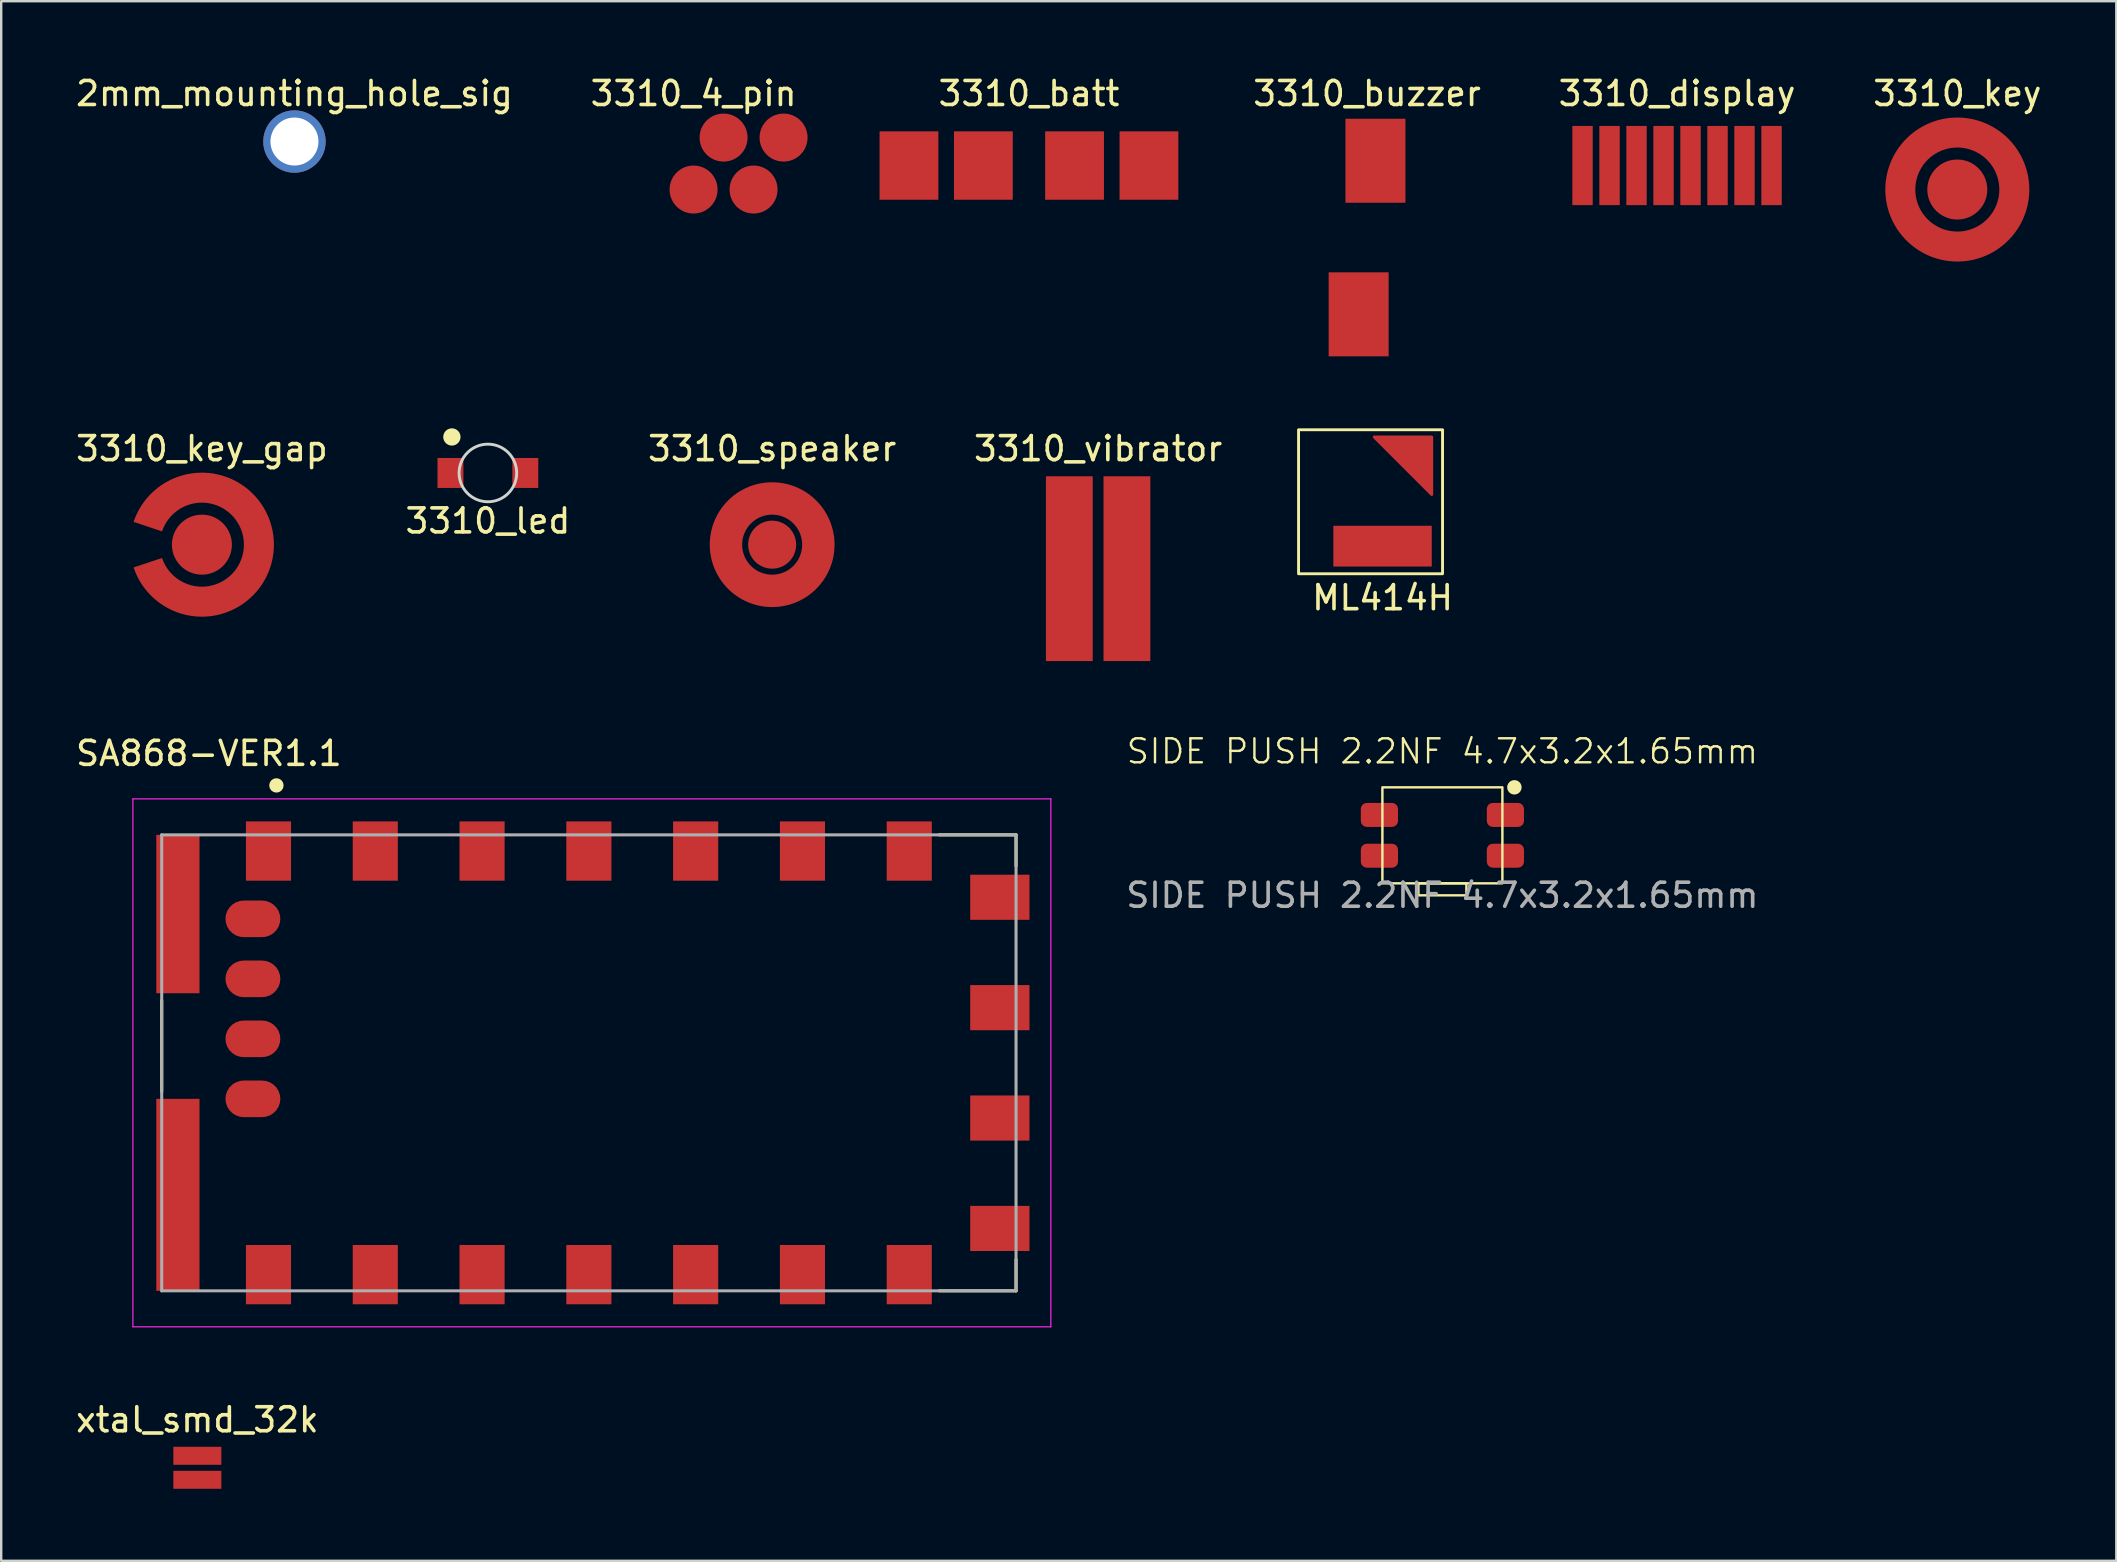
<source format=kicad_pcb>
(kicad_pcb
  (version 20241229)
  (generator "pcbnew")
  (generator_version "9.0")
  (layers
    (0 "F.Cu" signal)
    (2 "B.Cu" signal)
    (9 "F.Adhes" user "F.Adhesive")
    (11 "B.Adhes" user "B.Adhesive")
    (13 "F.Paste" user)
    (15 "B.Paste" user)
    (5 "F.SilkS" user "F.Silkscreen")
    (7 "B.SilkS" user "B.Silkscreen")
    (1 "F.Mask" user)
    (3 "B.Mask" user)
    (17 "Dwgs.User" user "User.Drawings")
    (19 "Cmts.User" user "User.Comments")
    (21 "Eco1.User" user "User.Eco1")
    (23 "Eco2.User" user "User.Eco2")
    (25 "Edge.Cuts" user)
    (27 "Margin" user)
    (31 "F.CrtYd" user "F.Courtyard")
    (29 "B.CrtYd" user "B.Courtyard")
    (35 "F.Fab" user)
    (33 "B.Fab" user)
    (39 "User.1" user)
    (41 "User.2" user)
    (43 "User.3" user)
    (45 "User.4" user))
  (footprint "xtal_smd_32k"
    (layer "F.Cu")
    (at 5.173 58.112)
    (property "Reference" "xtal_smd_32k" (at 0 -2 0) (unlocked yes) (layer "F.SilkS") (effects (font (size 1 1) (thickness 0.15))))
    (attr smd)
    (pad "1" smd rect (at 0 -0.5) (size 2 0.75) (layers "F.Cu" "F.Mask" "F.Paste"))
    (pad "2" smd rect (at 0 0.5) (size 2 0.75) (layers "F.Cu" "F.Mask" "F.Paste")))
  (footprint "3310_key"
    (layer "F.Cu")
    (at 78.51 4.848)
    (property "Reference" "3310_key" (at 0 -4 0) (unlocked yes) (layer "F.SilkS") (effects (font (size 1 1) (thickness 0.15))))
    (attr smd)
    (pad "1" smd circle (at 0 0) (size 2.5 2.5) (layers "F.Cu" "F.Mask"))
    (pad "2" smd custom (at 2.375 0) (size 1 1) (layers "F.Cu" "F.Mask") (options (anchor rect)) (primitives (gr_poly (pts (arc (start -0.625 0) (mid -2.375 1.75) (end -4.125 0)) (arc (start -5.375 0) (mid -2.375 3) (end 0.625 0))) (width 0) (fill yes)) (gr_poly (pts (arc (start 0.625 0) (mid -2.375 -3) (end -5.375 0)) (arc (start -4.125 0) (mid -2.375 -1.75) (end -0.625 0))) (width 0) (fill yes)))))
  (footprint "3310_4_pin"
    (layer "F.Cu")
    (at 25.851 4.848)
    (property "Reference" "3310_4_pin" (at 0 -4 0) (unlocked yes) (layer "F.SilkS") (effects (font (size 1 1) (thickness 0.15))))
    (attr smd)
    (pad "1" smd circle (at 0 0) (size 2 2) (layers "F.Cu" "F.Mask"))
    (pad "2" smd circle (at 2.5 0) (size 2 2) (layers "F.Cu" "F.Mask"))
    (pad "3" smd circle (at 1.25 -2.165) (size 2 2) (layers "F.Cu" "F.Mask"))
    (pad "4" smd circle (at 3.75 -2.165) (size 2 2) (layers "F.Cu" "F.Mask")))
  (footprint "3310_vibrator"
    (layer "F.Cu")
    (at 42.708 20.646)
    (property "Reference" "3310_vibrator" (at 0 -5 0) (unlocked yes) (layer "F.SilkS") (effects (font (size 1 1) (thickness 0.15))))
    (attr smd)
    (pad "1" smd rect (at -1.2 0) (size 1.95 7.7) (layers "F.Cu" "F.Mask"))
    (pad "2" smd rect (at 1.2 0) (size 1.95 7.7) (layers "F.Cu" "F.Mask")))
  (footprint "ML414H"
    (layer "F.Cu")
    (at 54.56 17.858)
    (property "Reference" "ML414H" (at 0 4 0) (unlocked yes) (layer "F.SilkS") (effects (font (size 1 1) (thickness 0.15))))
    (attr smd)
    (fp_rect (start -3.5 -3) (end 2.5 3) (stroke (width 0.12) (type default)) (fill no) (layer "F.SilkS"))
    (pad "1" smd custom (at 1.35 -2.1) (size 1 1) (layers "F.Cu" "F.Mask" "F.Paste") (options (anchor rect)) (primitives (gr_poly (pts (xy 0.7 -0.6) (xy -1.7 -0.6) (xy 0.7 1.8)) (width 0.12) (fill yes))))
    (pad "2" smd rect (at 0 1.85) (size 4.1 1.7) (layers "F.Cu" "F.Mask" "F.Paste")))
  (footprint "2mm_mounting_hole_sig"
    (layer "F.Cu")
    (at 9.22 2.848)
    (property "Reference" "2mm_mounting_hole_sig" (at 0 -2 0) (unlocked yes) (layer "F.SilkS") (effects (font (size 1 1) (thickness 0.15))))
    (attr through_hole)
    (pad "1" thru_hole circle (at 0 0) (size 2.6 2.6) (drill 2) (layers "*.Cu" "*.Mask")))
  (footprint "3310_buzzer"
    (layer "F.Cu")
    (at 53.914 6.848)
    (property "Reference" "3310_buzzer" (at 0 -6 0) (unlocked yes) (layer "F.SilkS") (effects (font (size 1 1) (thickness 0.15))))
    (attr smd)
    (pad "1" smd rect (at -0.35 3.2) (size 2.5 3.5) (layers "F.Cu" "F.Mask"))
    (pad "2" smd rect (at 0.35 -3.2) (size 2.5 3.5) (layers "F.Cu" "F.Mask")))
  (footprint "3310_key_gap"
    (layer "F.Cu")
    (at 5.363 19.646)
    (property "Reference" "3310_key_gap" (at 0 -4 0) (unlocked yes) (layer "F.SilkS") (effects (font (size 1 1) (thickness 0.15))))
    (attr smd)
    (pad "1" smd circle (at 0 0) (size 2.5 2.5) (layers "F.Cu" "F.Mask"))
    (pad "2" smd custom (at 2.375 0) (size 1 1) (layers "F.Cu" "F.Mask") (options (anchor rect)) (primitives (gr_poly (pts (arc (start -5.22105 -0.948683) (mid -1.894453 -2.961262) (end 0.625 0)) (arc (start -0.625 0) (mid -2.094681 -1.727403) (end -4.035196 -0.553399))) (width 0) (fill yes)) (gr_poly (pts (arc (start -5.22105 0.948683) (mid -1.894453 2.961262) (end 0.625 0)) (arc (start -0.625 0) (mid -2.094681 1.727403) (end -4.035196 0.553399))) (width 0) (fill yes)))))
  (footprint "3310_display"
    (layer "F.Cu")
    (at 66.831 3.848)
    (property "Reference" "3310_display" (at 0 -3 0) (unlocked yes) (layer "F.SilkS") (effects (font (size 1 1) (thickness 0.15))))
    (attr smd)
    (pad "1" smd rect (at -3.938 0) (size 0.85 3.3) (layers "F.Cu" "F.Mask"))
    (pad "2" smd rect (at -2.812 0) (size 0.85 3.3) (layers "F.Cu" "F.Mask"))
    (pad "3" smd rect (at -1.688 0) (size 0.85 3.3) (layers "F.Cu" "F.Mask"))
    (pad "4" smd rect (at -0.562 0) (size 0.85 3.3) (layers "F.Cu" "F.Mask"))
    (pad "5" smd rect (at 0.562 0) (size 0.85 3.3) (layers "F.Cu" "F.Mask"))
    (pad "6" smd rect (at 1.688 0) (size 0.85 3.3) (layers "F.Cu" "F.Mask"))
    (pad "7" smd rect (at 2.812 0) (size 0.85 3.3) (layers "F.Cu" "F.Mask"))
    (pad "8" smd rect (at 3.938 0) (size 0.85 3.3) (layers "F.Cu" "F.Mask")))
  (footprint "3310_led"
    (layer "F.Cu")
    (at 17.28 16.658)
    (property "Reference" "3310_led" (at 0 2 0) (unlocked yes) (layer "F.SilkS") (effects (font (size 1 1) (thickness 0.15))))
    (attr smd)
    (fp_circle (center -1.5 -1.5) (end -1.2 -1.5) (stroke (width 0.12) (type solid)) (fill yes) (layer "F.SilkS"))
    (fp_circle (center 0 0) (end 1.2 0) (stroke (width 0.12) (type default)) (fill no) (layer "Edge.Cuts"))
    (pad "1" smd rect (at -1.56 0) (size 1.08 1.25) (layers "F.Cu" "F.Mask" "F.Paste"))
    (pad "2" smd rect (at 1.56 0) (size 1.08 1.25) (layers "F.Cu" "F.Mask" "F.Paste")))
  (footprint "SIDE PUSH 2.2NF 4.7x3.2x1.65mm"
    (layer "F.Cu")
    (at 57.054 31.757)
    (property "Reference" "SIDE PUSH 2.2NF 4.7x3.2x1.65mm" (at 0 -3.5 0) (unlocked yes) (layer "F.SilkS") (effects (font (size 1 1) (thickness 0.1))))
    (attr smd)
    (fp_rect (start -2.5 -2) (end 2.5 2) (stroke (width 0.1) (type default)) (fill no) (layer "F.SilkS"))
    (fp_rect (start -1 2) (end 1 2.5) (stroke (width 0.1) (type default)) (fill no) (layer "F.SilkS"))
    (fp_circle (center 3 -2) (end 3.25 -2) (stroke (width 0.1) (type solid)) (fill yes) (layer "F.SilkS"))
    (fp_text user "${REFERENCE}" (at 0 2.5 0) (unlocked yes) (layer "F.Fab") (effects (font (size 1 1) (thickness 0.15))))
    (pad "1" smd roundrect (at 2.625 -0.85) (size 1.55 1) (layers "F.Cu" "F.Mask" "F.Paste") (roundrect_rratio 0.25))
    (pad "2" smd roundrect (at 2.625 0.85) (size 1.55 1) (layers "F.Cu" "F.Mask" "F.Paste") (roundrect_rratio 0.25))
    (pad "3" smd roundrect (at -2.625 -0.85) (size 1.55 1) (layers "F.Cu" "F.Mask" "F.Paste") (roundrect_rratio 0.25))
    (pad "4" smd roundrect (at -2.625 0.85) (size 1.55 1) (layers "F.Cu" "F.Mask" "F.Paste") (roundrect_rratio 0.25)))
  (footprint "3310_batt"
    (layer "F.Cu")
    (at 39.826 3.848)
    (property "Reference" "3310_batt" (at 0 -3 0) (unlocked yes) (layer "F.SilkS") (effects (font (size 1 1) (thickness 0.15))))
    (attr smd)
    (pad "1" smd rect (at -5 0) (size 2.45 2.85) (layers "F.Cu" "F.Mask"))
    (pad "2" smd rect (at -1.9 0) (size 2.45 2.85) (layers "F.Cu" "F.Mask"))
    (pad "3" smd rect (at 1.9 0) (size 2.45 2.85) (layers "F.Cu" "F.Mask"))
    (pad "4" smd rect (at 5 0) (size 2.45 2.85) (layers "F.Cu" "F.Mask")))
  (footprint "SA868-VER1.1"
    (layer "F.Cu")
    (at 21.488 41.238)
    (property "Reference" "SA868-VER1.1" (at -15.835 -12.893 0) (layer "F.SilkS") (effects (font (size 1.001 1.001) (thickness 0.15))))
    (attr smd)
    (fp_line (start -17.8 -2.6) (end -17.8 1.2) (stroke (width 0.127) (type solid)) (layer "F.SilkS"))
    (fp_line (start 14.6 -9.5) (end 17.8 -9.5) (stroke (width 0.127) (type solid)) (layer "F.SilkS"))
    (fp_line (start 17.8 -9.5) (end 17.8 -8.2) (stroke (width 0.127) (type solid)) (layer "F.SilkS"))
    (fp_line (start 17.8 8.2) (end 17.8 9.5) (stroke (width 0.127) (type solid)) (layer "F.SilkS"))
    (fp_line (start 17.8 9.5) (end 14.6 9.5) (stroke (width 0.127) (type solid)) (layer "F.SilkS"))
    (fp_circle (center -13.02 -11.56) (end -12.87 -11.56) (stroke (width 0.3) (type solid)) (fill no) (layer "F.SilkS"))
    (fp_line (start -19 -11) (end 19.25 -11) (stroke (width 0.05) (type solid)) (layer "F.CrtYd"))
    (fp_line (start -19 11) (end -19 -11) (stroke (width 0.05) (type solid)) (layer "F.CrtYd"))
    (fp_line (start 19.25 -11) (end 19.25 11) (stroke (width 0.05) (type solid)) (layer "F.CrtYd"))
    (fp_line (start 19.25 11) (end -19 11) (stroke (width 0.05) (type solid)) (layer "F.CrtYd"))
    (fp_line (start -17.8 -9.5) (end 17.8 -9.5) (stroke (width 0.127) (type solid)) (layer "F.Fab"))
    (fp_line (start -17.8 9.5) (end -17.8 -9.5) (stroke (width 0.127) (type solid)) (layer "F.Fab"))
    (fp_line (start 17.8 -9.5) (end 17.8 9.5) (stroke (width 0.127) (type solid)) (layer "F.Fab"))
    (fp_line (start 17.8 9.5) (end -17.8 9.5) (stroke (width 0.127) (type solid)) (layer "F.Fab"))
    (pad "1" smd rect (at -13.35 -8.825 90) (size 2.47 1.88) (layers "F.Cu" "F.Mask" "F.Paste"))
    (pad "2" smd rect (at -8.9 -8.825 90) (size 2.47 1.88) (layers "F.Cu" "F.Mask" "F.Paste"))
    (pad "3" smd rect (at -4.45 -8.825 90) (size 2.47 1.88) (layers "F.Cu" "F.Mask" "F.Paste"))
    (pad "4" smd rect (at 0 -8.825 90) (size 2.47 1.88) (layers "F.Cu" "F.Mask" "F.Paste"))
    (pad "5" smd rect (at 4.45 -8.825 90) (size 2.47 1.88) (layers "F.Cu" "F.Mask" "F.Paste"))
    (pad "6" smd rect (at 8.9 -8.825 90) (size 2.47 1.88) (layers "F.Cu" "F.Mask" "F.Paste"))
    (pad "7" smd rect (at 13.35 -8.825 90) (size 2.47 1.88) (layers "F.Cu" "F.Mask" "F.Paste"))
    (pad "8" smd rect (at 17.125 -6.9) (size 2.47 1.88) (layers "F.Cu" "F.Mask" "F.Paste"))
    (pad "9" smd rect (at 17.125 -2.3) (size 2.47 1.88) (layers "F.Cu" "F.Mask" "F.Paste"))
    (pad "10" smd rect (at 17.125 2.3) (size 2.47 1.88) (layers "F.Cu" "F.Mask" "F.Paste"))
    (pad "11" smd rect (at 17.125 6.9) (size 2.47 1.88) (layers "F.Cu" "F.Mask" "F.Paste"))
    (pad "12" smd rect (at 13.35 8.825 270) (size 2.47 1.88) (layers "F.Cu" "F.Mask" "F.Paste"))
    (pad "13" smd rect (at 8.9 8.825 270) (size 2.47 1.88) (layers "F.Cu" "F.Mask" "F.Paste"))
    (pad "14" smd rect (at 4.45 8.825 90) (size 2.47 1.88) (layers "F.Cu" "F.Mask" "F.Paste"))
    (pad "15" smd rect (at 0 8.825 90) (size 2.47 1.88) (layers "F.Cu" "F.Mask" "F.Paste"))
    (pad "16" smd rect (at -4.45 8.825 90) (size 2.47 1.88) (layers "F.Cu" "F.Mask" "F.Paste"))
    (pad "17" smd rect (at -8.9 8.825 90) (size 2.47 1.88) (layers "F.Cu" "F.Mask" "F.Paste"))
    (pad "18" smd rect (at -13.35 8.825 90) (size 2.47 1.88) (layers "F.Cu" "F.Mask" "F.Paste"))
    (pad "19" smd roundrect (at -14 1.5) (size 2.286 1.524) (layers "F.Cu" "F.Mask" "F.Paste") (roundrect_rratio 0.5))
    (pad "20" smd roundrect (at -14 -1) (size 2.286 1.524) (layers "F.Cu" "F.Mask" "F.Paste") (roundrect_rratio 0.5))
    (pad "21" smd roundrect (at -14 -3.5) (size 2.286 1.524) (layers "F.Cu" "F.Mask" "F.Paste") (roundrect_rratio 0.5))
    (pad "22" smd roundrect (at -14 -6) (size 2.286 1.524) (layers "F.Cu" "F.Mask" "F.Paste") (roundrect_rratio 0.5))
    (pad "P2" smd rect (at -17.125 -6.2 90) (size 6.6 1.8) (layers "F.Cu" "F.Mask" "F.Paste"))
    (pad "P3" smd rect (at -17.125 5.5 90) (size 8 1.8) (layers "F.Cu" "F.Mask" "F.Paste"))
    (zone (net_name "") (layer "F.Cu") (hatch full 0.508) (connect_pads) (min_thickness 0.01) (filled_areas_thickness no) (keepout (tracks not_allowed) (vias not_allowed) (pads not_allowed) (copperpour not_allowed) (footprints allowed)) (placement (enabled no)) (fill) (polygon (pts (xy 28.298 37.488) (xy 36.288 37.488) (xy 36.288 43.742) (xy 28.298 43.742))))
    (zone (net_name "") (layers "F.Cu" "B.Cu") (hatch full 0.508) (connect_pads) (min_thickness 0.01) (filled_areas_thickness no) (keepout (tracks allowed) (vias not_allowed) (pads allowed) (copperpour allowed) (footprints allowed)) (placement (enabled no)) (fill) (polygon (pts (xy 28.292 37.488) (xy 36.288 37.488) (xy 36.288 43.74) (xy 28.292 43.74)))))
  (footprint "3310_speaker"
    (layer "F.Cu")
    (at 29.125 19.646)
    (property "Reference" "3310_speaker" (at 0 -4 0) (unlocked yes) (layer "F.SilkS") (effects (font (size 1 1) (thickness 0.15))))
    (attr smd)
    (pad "1" smd circle (at 0 0) (size 2 2) (layers "F.Cu" "F.Mask"))
    (pad "2" smd custom (at 2 0) (size 1 1) (layers "F.Cu" "F.Mask") (options (anchor rect)) (primitives (gr_poly (pts (arc (start -0.75 0) (mid -2 -1.25) (end -3.25 0)) (arc (start -4.6 0) (mid -2 -2.6) (end 0.6 0))) (width 0) (fill yes)) (gr_poly (pts (arc (start -3.25 0) (mid -2 1.25) (end -0.75 0)) (arc (start 0.6 0) (mid -2 2.6) (end -4.6 0))) (width 0) (fill yes)))))
  (gr_rect
    (start -3 -3)
    (end 85.135 61.987)
    (stroke (width 0.1) (type default))
    (fill no)
    (layer "Edge.Cuts")))
</source>
